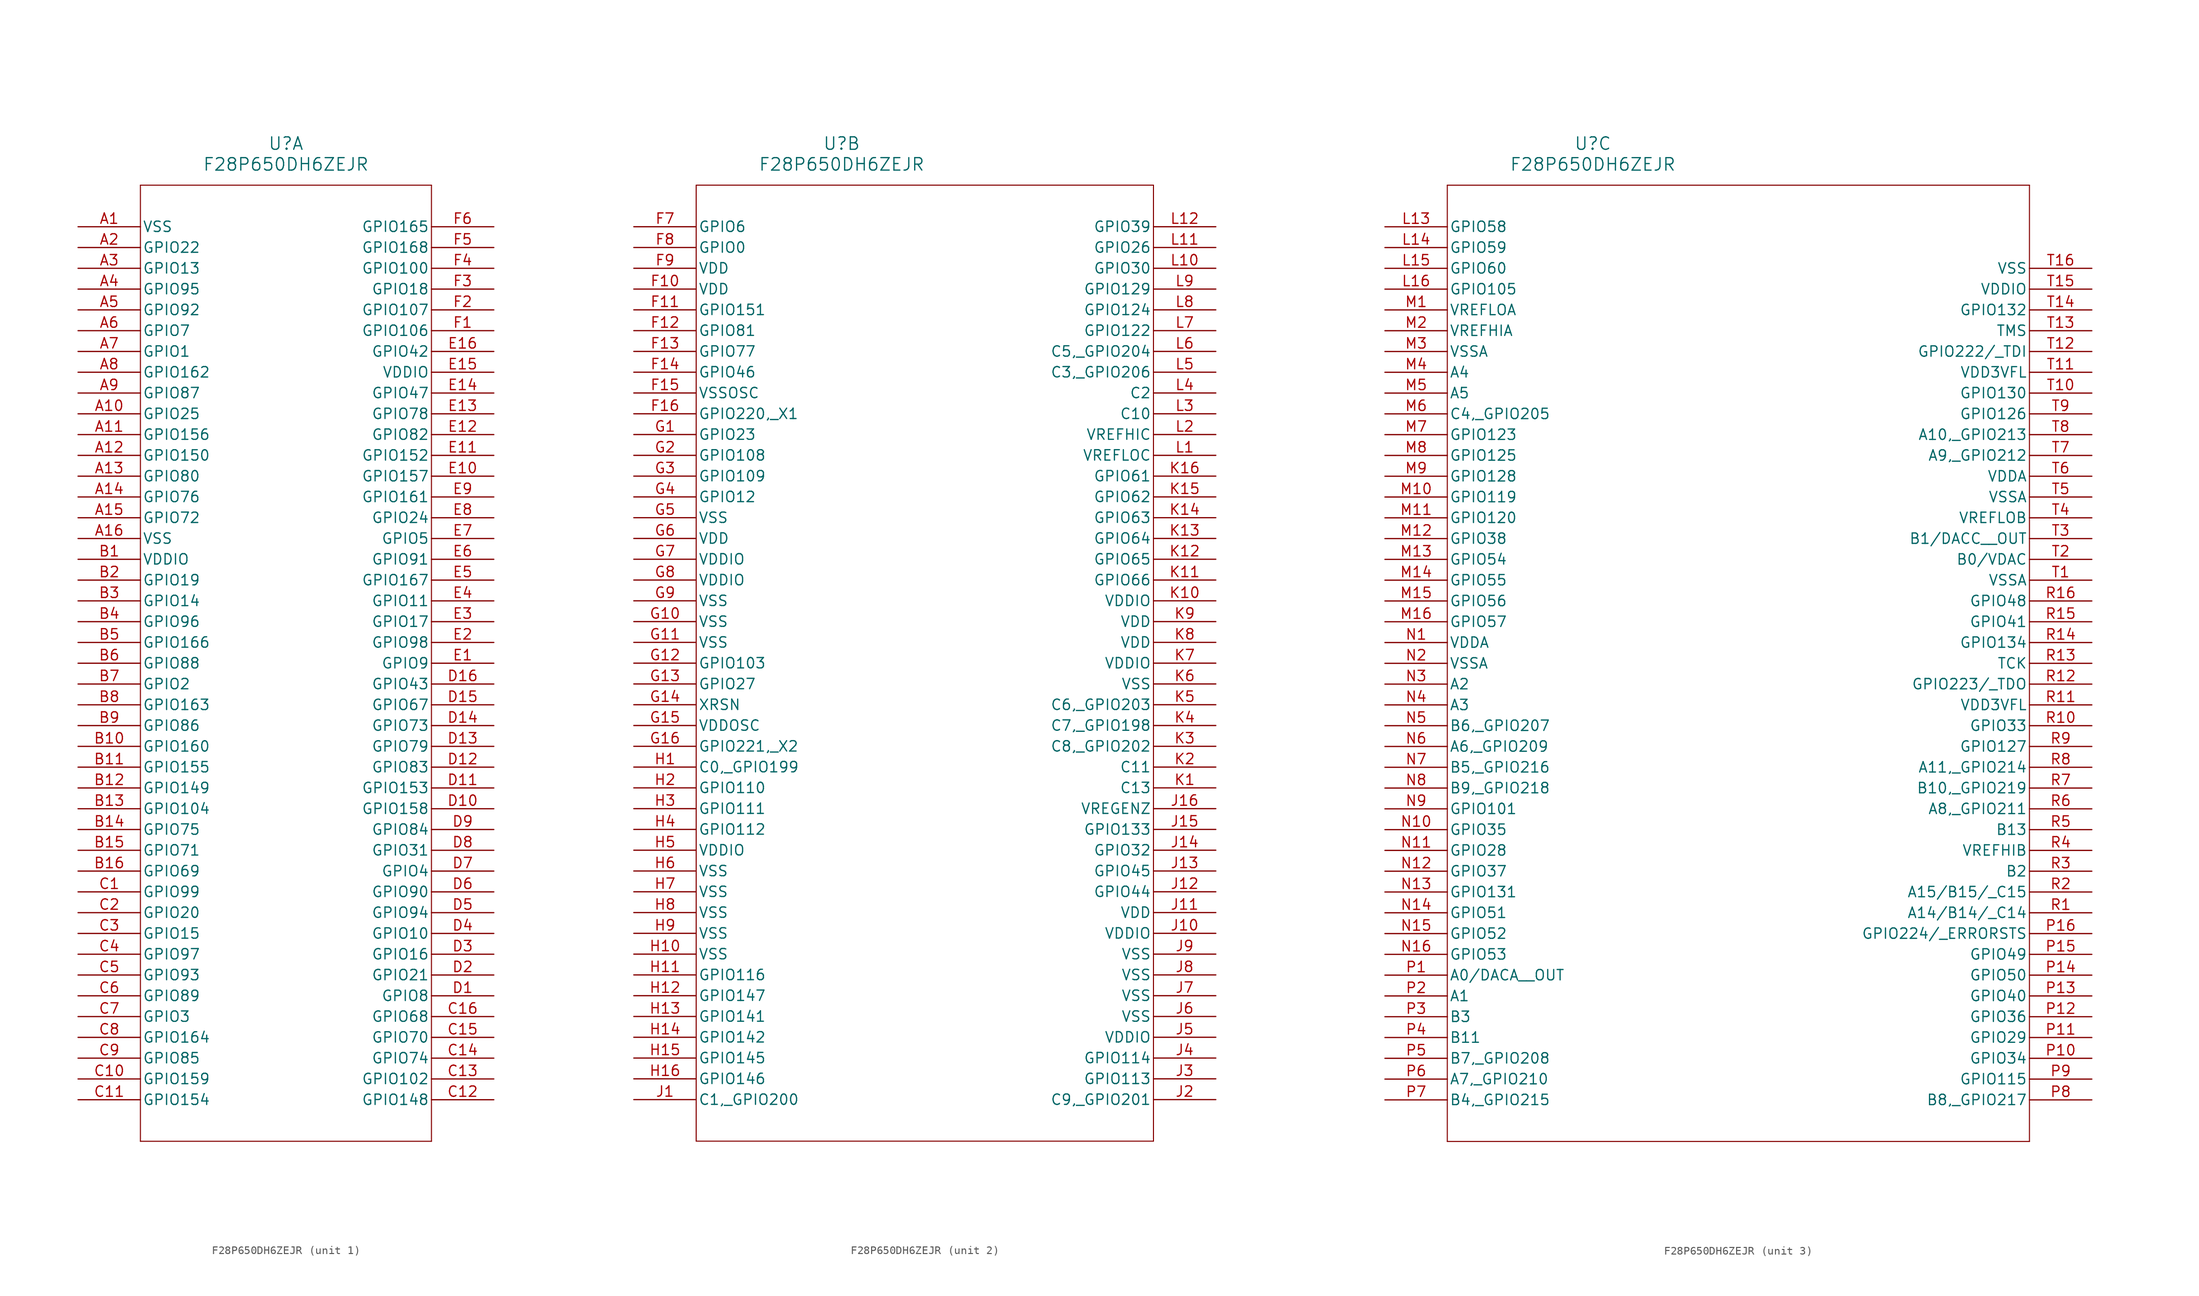
<source format=kicad_sym>
(kicad_symbol_lib
  (version 20241209)
  (generator "kicad_symbol_editor")
  (generator_version "9.0")
  (symbol "F28P650DH6ZEJR"
    (pin_names
      (offset 0.254))
    (property "Reference" "U"
      (at 25.4 10.16 0)
      (effects (font (size 1.524 1.524))))
    (property "Value" "F28P650DH6ZEJR"
      (at 25.4 7.62 0)
      (effects (font (size 1.524 1.524))))
    (property "ki_locked" ""
      (at 0 0 0)
      (effects (font (size 1.27 1.27))))
    (symbol "F28P650DH6ZEJR_1_1"
      (polyline (pts (xy 7.62 5.08) (xy 7.62 -111.76)) (stroke (width 0.127) (type default)) (fill (type none)))
      (polyline (pts (xy 7.62 -111.76) (xy 43.18 -111.76)) (stroke (width 0.127) (type default)) (fill (type none)))
      (polyline (pts (xy 43.18 5.08) (xy 7.62 5.08)) (stroke (width 0.127) (type default)) (fill (type none)))
      (polyline (pts (xy 43.18 -111.76) (xy 43.18 5.08)) (stroke (width 0.127) (type default)) (fill (type none)))
      (pin power_out line (at 0 0 0) (length 7.62) (name "VSS" (effects (font (size 1.27 1.27)))) (number "A1" (effects (font (size 1.27 1.27)))))
      (pin bidirectional line (at 0 -2.54 0) (length 7.62) (name "GPIO22" (effects (font (size 1.27 1.27)))) (number "A2" (effects (font (size 1.27 1.27)))))
      (pin bidirectional line (at 0 -5.08 0) (length 7.62) (name "GPIO13" (effects (font (size 1.27 1.27)))) (number "A3" (effects (font (size 1.27 1.27)))))
      (pin bidirectional line (at 0 -7.62 0) (length 7.62) (name "GPIO95" (effects (font (size 1.27 1.27)))) (number "A4" (effects (font (size 1.27 1.27)))))
      (pin bidirectional line (at 0 -10.16 0) (length 7.62) (name "GPIO92" (effects (font (size 1.27 1.27)))) (number "A5" (effects (font (size 1.27 1.27)))))
      (pin bidirectional line (at 0 -12.7 0) (length 7.62) (name "GPIO7" (effects (font (size 1.27 1.27)))) (number "A6" (effects (font (size 1.27 1.27)))))
      (pin bidirectional line (at 0 -15.24 0) (length 7.62) (name "GPIO1" (effects (font (size 1.27 1.27)))) (number "A7" (effects (font (size 1.27 1.27)))))
      (pin bidirectional line (at 0 -17.78 0) (length 7.62) (name "GPIO162" (effects (font (size 1.27 1.27)))) (number "A8" (effects (font (size 1.27 1.27)))))
      (pin bidirectional line (at 0 -20.32 0) (length 7.62) (name "GPIO87" (effects (font (size 1.27 1.27)))) (number "A9" (effects (font (size 1.27 1.27)))))
      (pin bidirectional line (at 0 -22.86 0) (length 7.62) (name "GPIO25" (effects (font (size 1.27 1.27)))) (number "A10" (effects (font (size 1.27 1.27)))))
      (pin bidirectional line (at 0 -25.4 0) (length 7.62) (name "GPIO156" (effects (font (size 1.27 1.27)))) (number "A11" (effects (font (size 1.27 1.27)))))
      (pin bidirectional line (at 0 -27.94 0) (length 7.62) (name "GPIO150" (effects (font (size 1.27 1.27)))) (number "A12" (effects (font (size 1.27 1.27)))))
      (pin bidirectional line (at 0 -30.48 0) (length 7.62) (name "GPIO80" (effects (font (size 1.27 1.27)))) (number "A13" (effects (font (size 1.27 1.27)))))
      (pin bidirectional line (at 0 -33.02 0) (length 7.62) (name "GPIO76" (effects (font (size 1.27 1.27)))) (number "A14" (effects (font (size 1.27 1.27)))))
      (pin bidirectional line (at 0 -35.56 0) (length 7.62) (name "GPIO72" (effects (font (size 1.27 1.27)))) (number "A15" (effects (font (size 1.27 1.27)))))
      (pin power_out line (at 0 -38.1 0) (length 7.62) (name "VSS" (effects (font (size 1.27 1.27)))) (number "A16" (effects (font (size 1.27 1.27)))))
      (pin power_in line (at 0 -40.64 0) (length 7.62) (name "VDDIO" (effects (font (size 1.27 1.27)))) (number "B1" (effects (font (size 1.27 1.27)))))
      (pin bidirectional line (at 0 -43.18 0) (length 7.62) (name "GPIO19" (effects (font (size 1.27 1.27)))) (number "B2" (effects (font (size 1.27 1.27)))))
      (pin bidirectional line (at 0 -45.72 0) (length 7.62) (name "GPIO14" (effects (font (size 1.27 1.27)))) (number "B3" (effects (font (size 1.27 1.27)))))
      (pin bidirectional line (at 0 -48.26 0) (length 7.62) (name "GPIO96" (effects (font (size 1.27 1.27)))) (number "B4" (effects (font (size 1.27 1.27)))))
      (pin bidirectional line (at 0 -50.8 0) (length 7.62) (name "GPIO166" (effects (font (size 1.27 1.27)))) (number "B5" (effects (font (size 1.27 1.27)))))
      (pin bidirectional line (at 0 -53.34 0) (length 7.62) (name "GPIO88" (effects (font (size 1.27 1.27)))) (number "B6" (effects (font (size 1.27 1.27)))))
      (pin bidirectional line (at 0 -55.88 0) (length 7.62) (name "GPIO2" (effects (font (size 1.27 1.27)))) (number "B7" (effects (font (size 1.27 1.27)))))
      (pin bidirectional line (at 0 -58.42 0) (length 7.62) (name "GPIO163" (effects (font (size 1.27 1.27)))) (number "B8" (effects (font (size 1.27 1.27)))))
      (pin bidirectional line (at 0 -60.96 0) (length 7.62) (name "GPIO86" (effects (font (size 1.27 1.27)))) (number "B9" (effects (font (size 1.27 1.27)))))
      (pin bidirectional line (at 0 -63.5 0) (length 7.62) (name "GPIO160" (effects (font (size 1.27 1.27)))) (number "B10" (effects (font (size 1.27 1.27)))))
      (pin bidirectional line (at 0 -66.04 0) (length 7.62) (name "GPIO155" (effects (font (size 1.27 1.27)))) (number "B11" (effects (font (size 1.27 1.27)))))
      (pin bidirectional line (at 0 -68.58 0) (length 7.62) (name "GPIO149" (effects (font (size 1.27 1.27)))) (number "B12" (effects (font (size 1.27 1.27)))))
      (pin bidirectional line (at 0 -71.12 0) (length 7.62) (name "GPIO104" (effects (font (size 1.27 1.27)))) (number "B13" (effects (font (size 1.27 1.27)))))
      (pin bidirectional line (at 0 -73.66 0) (length 7.62) (name "GPIO75" (effects (font (size 1.27 1.27)))) (number "B14" (effects (font (size 1.27 1.27)))))
      (pin bidirectional line (at 0 -76.2 0) (length 7.62) (name "GPIO71" (effects (font (size 1.27 1.27)))) (number "B15" (effects (font (size 1.27 1.27)))))
      (pin bidirectional line (at 0 -78.74 0) (length 7.62) (name "GPIO69" (effects (font (size 1.27 1.27)))) (number "B16" (effects (font (size 1.27 1.27)))))
      (pin bidirectional line (at 0 -81.28 0) (length 7.62) (name "GPIO99" (effects (font (size 1.27 1.27)))) (number "C1" (effects (font (size 1.27 1.27)))))
      (pin bidirectional line (at 0 -83.82 0) (length 7.62) (name "GPIO20" (effects (font (size 1.27 1.27)))) (number "C2" (effects (font (size 1.27 1.27)))))
      (pin bidirectional line (at 0 -86.36 0) (length 7.62) (name "GPIO15" (effects (font (size 1.27 1.27)))) (number "C3" (effects (font (size 1.27 1.27)))))
      (pin bidirectional line (at 0 -88.9 0) (length 7.62) (name "GPIO97" (effects (font (size 1.27 1.27)))) (number "C4" (effects (font (size 1.27 1.27)))))
      (pin bidirectional line (at 0 -91.44 0) (length 7.62) (name "GPIO93" (effects (font (size 1.27 1.27)))) (number "C5" (effects (font (size 1.27 1.27)))))
      (pin bidirectional line (at 0 -93.98 0) (length 7.62) (name "GPIO89" (effects (font (size 1.27 1.27)))) (number "C6" (effects (font (size 1.27 1.27)))))
      (pin bidirectional line (at 0 -96.52 0) (length 7.62) (name "GPIO3" (effects (font (size 1.27 1.27)))) (number "C7" (effects (font (size 1.27 1.27)))))
      (pin bidirectional line (at 0 -99.06 0) (length 7.62) (name "GPIO164" (effects (font (size 1.27 1.27)))) (number "C8" (effects (font (size 1.27 1.27)))))
      (pin bidirectional line (at 0 -101.6 0) (length 7.62) (name "GPIO85" (effects (font (size 1.27 1.27)))) (number "C9" (effects (font (size 1.27 1.27)))))
      (pin bidirectional line (at 0 -104.14 0) (length 7.62) (name "GPIO159" (effects (font (size 1.27 1.27)))) (number "C10" (effects (font (size 1.27 1.27)))))
      (pin bidirectional line (at 0 -106.68 0) (length 7.62) (name "GPIO154" (effects (font (size 1.27 1.27)))) (number "C11" (effects (font (size 1.27 1.27)))))
      (pin bidirectional line (at 50.8 0 180) (length 7.62) (name "GPIO165" (effects (font (size 1.27 1.27)))) (number "F6" (effects (font (size 1.27 1.27)))))
      (pin bidirectional line (at 50.8 -2.54 180) (length 7.62) (name "GPIO168" (effects (font (size 1.27 1.27)))) (number "F5" (effects (font (size 1.27 1.27)))))
      (pin bidirectional line (at 50.8 -5.08 180) (length 7.62) (name "GPIO100" (effects (font (size 1.27 1.27)))) (number "F4" (effects (font (size 1.27 1.27)))))
      (pin bidirectional line (at 50.8 -7.62 180) (length 7.62) (name "GPIO18" (effects (font (size 1.27 1.27)))) (number "F3" (effects (font (size 1.27 1.27)))))
      (pin bidirectional line (at 50.8 -10.16 180) (length 7.62) (name "GPIO107" (effects (font (size 1.27 1.27)))) (number "F2" (effects (font (size 1.27 1.27)))))
      (pin bidirectional line (at 50.8 -12.7 180) (length 7.62) (name "GPIO106" (effects (font (size 1.27 1.27)))) (number "F1" (effects (font (size 1.27 1.27)))))
      (pin bidirectional line (at 50.8 -15.24 180) (length 7.62) (name "GPIO42" (effects (font (size 1.27 1.27)))) (number "E16" (effects (font (size 1.27 1.27)))))
      (pin power_in line (at 50.8 -17.78 180) (length 7.62) (name "VDDIO" (effects (font (size 1.27 1.27)))) (number "E15" (effects (font (size 1.27 1.27)))))
      (pin bidirectional line (at 50.8 -20.32 180) (length 7.62) (name "GPIO47" (effects (font (size 1.27 1.27)))) (number "E14" (effects (font (size 1.27 1.27)))))
      (pin bidirectional line (at 50.8 -22.86 180) (length 7.62) (name "GPIO78" (effects (font (size 1.27 1.27)))) (number "E13" (effects (font (size 1.27 1.27)))))
      (pin bidirectional line (at 50.8 -25.4 180) (length 7.62) (name "GPIO82" (effects (font (size 1.27 1.27)))) (number "E12" (effects (font (size 1.27 1.27)))))
      (pin bidirectional line (at 50.8 -27.94 180) (length 7.62) (name "GPIO152" (effects (font (size 1.27 1.27)))) (number "E11" (effects (font (size 1.27 1.27)))))
      (pin bidirectional line (at 50.8 -30.48 180) (length 7.62) (name "GPIO157" (effects (font (size 1.27 1.27)))) (number "E10" (effects (font (size 1.27 1.27)))))
      (pin bidirectional line (at 50.8 -33.02 180) (length 7.62) (name "GPIO161" (effects (font (size 1.27 1.27)))) (number "E9" (effects (font (size 1.27 1.27)))))
      (pin bidirectional line (at 50.8 -35.56 180) (length 7.62) (name "GPIO24" (effects (font (size 1.27 1.27)))) (number "E8" (effects (font (size 1.27 1.27)))))
      (pin bidirectional line (at 50.8 -38.1 180) (length 7.62) (name "GPIO5" (effects (font (size 1.27 1.27)))) (number "E7" (effects (font (size 1.27 1.27)))))
      (pin bidirectional line (at 50.8 -40.64 180) (length 7.62) (name "GPIO91" (effects (font (size 1.27 1.27)))) (number "E6" (effects (font (size 1.27 1.27)))))
      (pin bidirectional line (at 50.8 -43.18 180) (length 7.62) (name "GPIO167" (effects (font (size 1.27 1.27)))) (number "E5" (effects (font (size 1.27 1.27)))))
      (pin bidirectional line (at 50.8 -45.72 180) (length 7.62) (name "GPIO11" (effects (font (size 1.27 1.27)))) (number "E4" (effects (font (size 1.27 1.27)))))
      (pin bidirectional line (at 50.8 -48.26 180) (length 7.62) (name "GPIO17" (effects (font (size 1.27 1.27)))) (number "E3" (effects (font (size 1.27 1.27)))))
      (pin bidirectional line (at 50.8 -50.8 180) (length 7.62) (name "GPIO98" (effects (font (size 1.27 1.27)))) (number "E2" (effects (font (size 1.27 1.27)))))
      (pin bidirectional line (at 50.8 -53.34 180) (length 7.62) (name "GPIO9" (effects (font (size 1.27 1.27)))) (number "E1" (effects (font (size 1.27 1.27)))))
      (pin bidirectional line (at 50.8 -55.88 180) (length 7.62) (name "GPIO43" (effects (font (size 1.27 1.27)))) (number "D16" (effects (font (size 1.27 1.27)))))
      (pin bidirectional line (at 50.8 -58.42 180) (length 7.62) (name "GPIO67" (effects (font (size 1.27 1.27)))) (number "D15" (effects (font (size 1.27 1.27)))))
      (pin bidirectional line (at 50.8 -60.96 180) (length 7.62) (name "GPIO73" (effects (font (size 1.27 1.27)))) (number "D14" (effects (font (size 1.27 1.27)))))
      (pin bidirectional line (at 50.8 -63.5 180) (length 7.62) (name "GPIO79" (effects (font (size 1.27 1.27)))) (number "D13" (effects (font (size 1.27 1.27)))))
      (pin bidirectional line (at 50.8 -66.04 180) (length 7.62) (name "GPIO83" (effects (font (size 1.27 1.27)))) (number "D12" (effects (font (size 1.27 1.27)))))
      (pin bidirectional line (at 50.8 -68.58 180) (length 7.62) (name "GPIO153" (effects (font (size 1.27 1.27)))) (number "D11" (effects (font (size 1.27 1.27)))))
      (pin bidirectional line (at 50.8 -71.12 180) (length 7.62) (name "GPIO158" (effects (font (size 1.27 1.27)))) (number "D10" (effects (font (size 1.27 1.27)))))
      (pin bidirectional line (at 50.8 -73.66 180) (length 7.62) (name "GPIO84" (effects (font (size 1.27 1.27)))) (number "D9" (effects (font (size 1.27 1.27)))))
      (pin bidirectional line (at 50.8 -76.2 180) (length 7.62) (name "GPIO31" (effects (font (size 1.27 1.27)))) (number "D8" (effects (font (size 1.27 1.27)))))
      (pin bidirectional line (at 50.8 -78.74 180) (length 7.62) (name "GPIO4" (effects (font (size 1.27 1.27)))) (number "D7" (effects (font (size 1.27 1.27)))))
      (pin bidirectional line (at 50.8 -81.28 180) (length 7.62) (name "GPIO90" (effects (font (size 1.27 1.27)))) (number "D6" (effects (font (size 1.27 1.27)))))
      (pin bidirectional line (at 50.8 -83.82 180) (length 7.62) (name "GPIO94" (effects (font (size 1.27 1.27)))) (number "D5" (effects (font (size 1.27 1.27)))))
      (pin bidirectional line (at 50.8 -86.36 180) (length 7.62) (name "GPIO10" (effects (font (size 1.27 1.27)))) (number "D4" (effects (font (size 1.27 1.27)))))
      (pin bidirectional line (at 50.8 -88.9 180) (length 7.62) (name "GPIO16" (effects (font (size 1.27 1.27)))) (number "D3" (effects (font (size 1.27 1.27)))))
      (pin bidirectional line (at 50.8 -91.44 180) (length 7.62) (name "GPIO21" (effects (font (size 1.27 1.27)))) (number "D2" (effects (font (size 1.27 1.27)))))
      (pin bidirectional line (at 50.8 -93.98 180) (length 7.62) (name "GPIO8" (effects (font (size 1.27 1.27)))) (number "D1" (effects (font (size 1.27 1.27)))))
      (pin bidirectional line (at 50.8 -96.52 180) (length 7.62) (name "GPIO68" (effects (font (size 1.27 1.27)))) (number "C16" (effects (font (size 1.27 1.27)))))
      (pin bidirectional line (at 50.8 -99.06 180) (length 7.62) (name "GPIO70" (effects (font (size 1.27 1.27)))) (number "C15" (effects (font (size 1.27 1.27)))))
      (pin bidirectional line (at 50.8 -101.6 180) (length 7.62) (name "GPIO74" (effects (font (size 1.27 1.27)))) (number "C14" (effects (font (size 1.27 1.27)))))
      (pin bidirectional line (at 50.8 -104.14 180) (length 7.62) (name "GPIO102" (effects (font (size 1.27 1.27)))) (number "C13" (effects (font (size 1.27 1.27)))))
      (pin bidirectional line (at 50.8 -106.68 180) (length 7.62) (name "GPIO148" (effects (font (size 1.27 1.27)))) (number "C12" (effects (font (size 1.27 1.27))))))
    (symbol "F28P650DH6ZEJR_2_1"
      (polyline (pts (xy 7.62 5.08) (xy 7.62 -111.76)) (stroke (width 0.127) (type default)) (fill (type none)))
      (polyline (pts (xy 7.62 -111.76) (xy 63.5 -111.76)) (stroke (width 0.127) (type default)) (fill (type none)))
      (polyline (pts (xy 63.5 5.08) (xy 7.62 5.08)) (stroke (width 0.127) (type default)) (fill (type none)))
      (polyline (pts (xy 63.5 -111.76) (xy 63.5 5.08)) (stroke (width 0.127) (type default)) (fill (type none)))
      (pin bidirectional line (at 0 0 0) (length 7.62) (name "GPIO6" (effects (font (size 1.27 1.27)))) (number "F7" (effects (font (size 1.27 1.27)))))
      (pin bidirectional line (at 0 -2.54 0) (length 7.62) (name "GPIO0" (effects (font (size 1.27 1.27)))) (number "F8" (effects (font (size 1.27 1.27)))))
      (pin power_in line (at 0 -5.08 0) (length 7.62) (name "VDD" (effects (font (size 1.27 1.27)))) (number "F9" (effects (font (size 1.27 1.27)))))
      (pin power_in line (at 0 -7.62 0) (length 7.62) (name "VDD" (effects (font (size 1.27 1.27)))) (number "F10" (effects (font (size 1.27 1.27)))))
      (pin bidirectional line (at 0 -10.16 0) (length 7.62) (name "GPIO151" (effects (font (size 1.27 1.27)))) (number "F11" (effects (font (size 1.27 1.27)))))
      (pin bidirectional line (at 0 -12.7 0) (length 7.62) (name "GPIO81" (effects (font (size 1.27 1.27)))) (number "F12" (effects (font (size 1.27 1.27)))))
      (pin bidirectional line (at 0 -15.24 0) (length 7.62) (name "GPIO77" (effects (font (size 1.27 1.27)))) (number "F13" (effects (font (size 1.27 1.27)))))
      (pin bidirectional line (at 0 -17.78 0) (length 7.62) (name "GPIO46" (effects (font (size 1.27 1.27)))) (number "F14" (effects (font (size 1.27 1.27)))))
      (pin power_out line (at 0 -20.32 0) (length 7.62) (name "VSSOSC" (effects (font (size 1.27 1.27)))) (number "F15" (effects (font (size 1.27 1.27)))))
      (pin bidirectional line (at 0 -22.86 0) (length 7.62) (name "GPIO220,_X1" (effects (font (size 1.27 1.27)))) (number "F16" (effects (font (size 1.27 1.27)))))
      (pin bidirectional line (at 0 -25.4 0) (length 7.62) (name "GPIO23" (effects (font (size 1.27 1.27)))) (number "G1" (effects (font (size 1.27 1.27)))))
      (pin bidirectional line (at 0 -27.94 0) (length 7.62) (name "GPIO108" (effects (font (size 1.27 1.27)))) (number "G2" (effects (font (size 1.27 1.27)))))
      (pin bidirectional line (at 0 -30.48 0) (length 7.62) (name "GPIO109" (effects (font (size 1.27 1.27)))) (number "G3" (effects (font (size 1.27 1.27)))))
      (pin bidirectional line (at 0 -33.02 0) (length 7.62) (name "GPIO12" (effects (font (size 1.27 1.27)))) (number "G4" (effects (font (size 1.27 1.27)))))
      (pin power_out line (at 0 -35.56 0) (length 7.62) (name "VSS" (effects (font (size 1.27 1.27)))) (number "G5" (effects (font (size 1.27 1.27)))))
      (pin power_in line (at 0 -38.1 0) (length 7.62) (name "VDD" (effects (font (size 1.27 1.27)))) (number "G6" (effects (font (size 1.27 1.27)))))
      (pin power_in line (at 0 -40.64 0) (length 7.62) (name "VDDIO" (effects (font (size 1.27 1.27)))) (number "G7" (effects (font (size 1.27 1.27)))))
      (pin power_in line (at 0 -43.18 0) (length 7.62) (name "VDDIO" (effects (font (size 1.27 1.27)))) (number "G8" (effects (font (size 1.27 1.27)))))
      (pin power_out line (at 0 -45.72 0) (length 7.62) (name "VSS" (effects (font (size 1.27 1.27)))) (number "G9" (effects (font (size 1.27 1.27)))))
      (pin power_out line (at 0 -48.26 0) (length 7.62) (name "VSS" (effects (font (size 1.27 1.27)))) (number "G10" (effects (font (size 1.27 1.27)))))
      (pin power_out line (at 0 -50.8 0) (length 7.62) (name "VSS" (effects (font (size 1.27 1.27)))) (number "G11" (effects (font (size 1.27 1.27)))))
      (pin bidirectional line (at 0 -53.34 0) (length 7.62) (name "GPIO103" (effects (font (size 1.27 1.27)))) (number "G12" (effects (font (size 1.27 1.27)))))
      (pin bidirectional line (at 0 -55.88 0) (length 7.62) (name "GPIO27" (effects (font (size 1.27 1.27)))) (number "G13" (effects (font (size 1.27 1.27)))))
      (pin unspecified line (at 0 -58.42 0) (length 7.62) (name "XRSN" (effects (font (size 1.27 1.27)))) (number "G14" (effects (font (size 1.27 1.27)))))
      (pin power_in line (at 0 -60.96 0) (length 7.62) (name "VDDOSC" (effects (font (size 1.27 1.27)))) (number "G15" (effects (font (size 1.27 1.27)))))
      (pin bidirectional line (at 0 -63.5 0) (length 7.62) (name "GPIO221,_X2" (effects (font (size 1.27 1.27)))) (number "G16" (effects (font (size 1.27 1.27)))))
      (pin bidirectional line (at 0 -66.04 0) (length 7.62) (name "C0,_GPIO199" (effects (font (size 1.27 1.27)))) (number "H1" (effects (font (size 1.27 1.27)))))
      (pin bidirectional line (at 0 -68.58 0) (length 7.62) (name "GPIO110" (effects (font (size 1.27 1.27)))) (number "H2" (effects (font (size 1.27 1.27)))))
      (pin bidirectional line (at 0 -71.12 0) (length 7.62) (name "GPIO111" (effects (font (size 1.27 1.27)))) (number "H3" (effects (font (size 1.27 1.27)))))
      (pin bidirectional line (at 0 -73.66 0) (length 7.62) (name "GPIO112" (effects (font (size 1.27 1.27)))) (number "H4" (effects (font (size 1.27 1.27)))))
      (pin power_in line (at 0 -76.2 0) (length 7.62) (name "VDDIO" (effects (font (size 1.27 1.27)))) (number "H5" (effects (font (size 1.27 1.27)))))
      (pin power_out line (at 0 -78.74 0) (length 7.62) (name "VSS" (effects (font (size 1.27 1.27)))) (number "H6" (effects (font (size 1.27 1.27)))))
      (pin power_out line (at 0 -81.28 0) (length 7.62) (name "VSS" (effects (font (size 1.27 1.27)))) (number "H7" (effects (font (size 1.27 1.27)))))
      (pin power_out line (at 0 -83.82 0) (length 7.62) (name "VSS" (effects (font (size 1.27 1.27)))) (number "H8" (effects (font (size 1.27 1.27)))))
      (pin power_out line (at 0 -86.36 0) (length 7.62) (name "VSS" (effects (font (size 1.27 1.27)))) (number "H9" (effects (font (size 1.27 1.27)))))
      (pin power_out line (at 0 -88.9 0) (length 7.62) (name "VSS" (effects (font (size 1.27 1.27)))) (number "H10" (effects (font (size 1.27 1.27)))))
      (pin bidirectional line (at 0 -91.44 0) (length 7.62) (name "GPIO116" (effects (font (size 1.27 1.27)))) (number "H11" (effects (font (size 1.27 1.27)))))
      (pin bidirectional line (at 0 -93.98 0) (length 7.62) (name "GPIO147" (effects (font (size 1.27 1.27)))) (number "H12" (effects (font (size 1.27 1.27)))))
      (pin bidirectional line (at 0 -96.52 0) (length 7.62) (name "GPIO141" (effects (font (size 1.27 1.27)))) (number "H13" (effects (font (size 1.27 1.27)))))
      (pin bidirectional line (at 0 -99.06 0) (length 7.62) (name "GPIO142" (effects (font (size 1.27 1.27)))) (number "H14" (effects (font (size 1.27 1.27)))))
      (pin bidirectional line (at 0 -101.6 0) (length 7.62) (name "GPIO145" (effects (font (size 1.27 1.27)))) (number "H15" (effects (font (size 1.27 1.27)))))
      (pin bidirectional line (at 0 -104.14 0) (length 7.62) (name "GPIO146" (effects (font (size 1.27 1.27)))) (number "H16" (effects (font (size 1.27 1.27)))))
      (pin bidirectional line (at 0 -106.68 0) (length 7.62) (name "C1,_GPIO200" (effects (font (size 1.27 1.27)))) (number "J1" (effects (font (size 1.27 1.27)))))
      (pin bidirectional line (at 71.12 0 180) (length 7.62) (name "GPIO39" (effects (font (size 1.27 1.27)))) (number "L12" (effects (font (size 1.27 1.27)))))
      (pin bidirectional line (at 71.12 -2.54 180) (length 7.62) (name "GPIO26" (effects (font (size 1.27 1.27)))) (number "L11" (effects (font (size 1.27 1.27)))))
      (pin bidirectional line (at 71.12 -5.08 180) (length 7.62) (name "GPIO30" (effects (font (size 1.27 1.27)))) (number "L10" (effects (font (size 1.27 1.27)))))
      (pin bidirectional line (at 71.12 -7.62 180) (length 7.62) (name "GPIO129" (effects (font (size 1.27 1.27)))) (number "L9" (effects (font (size 1.27 1.27)))))
      (pin bidirectional line (at 71.12 -10.16 180) (length 7.62) (name "GPIO124" (effects (font (size 1.27 1.27)))) (number "L8" (effects (font (size 1.27 1.27)))))
      (pin bidirectional line (at 71.12 -12.7 180) (length 7.62) (name "GPIO122" (effects (font (size 1.27 1.27)))) (number "L7" (effects (font (size 1.27 1.27)))))
      (pin bidirectional line (at 71.12 -15.24 180) (length 7.62) (name "C5,_GPIO204" (effects (font (size 1.27 1.27)))) (number "L6" (effects (font (size 1.27 1.27)))))
      (pin bidirectional line (at 71.12 -17.78 180) (length 7.62) (name "C3,_GPIO206" (effects (font (size 1.27 1.27)))) (number "L5" (effects (font (size 1.27 1.27)))))
      (pin bidirectional line (at 71.12 -20.32 180) (length 7.62) (name "C2" (effects (font (size 1.27 1.27)))) (number "L4" (effects (font (size 1.27 1.27)))))
      (pin bidirectional line (at 71.12 -22.86 180) (length 7.62) (name "C10" (effects (font (size 1.27 1.27)))) (number "L3" (effects (font (size 1.27 1.27)))))
      (pin power_in line (at 71.12 -25.4 180) (length 7.62) (name "VREFHIC" (effects (font (size 1.27 1.27)))) (number "L2" (effects (font (size 1.27 1.27)))))
      (pin power_in line (at 71.12 -27.94 180) (length 7.62) (name "VREFLOC" (effects (font (size 1.27 1.27)))) (number "L1" (effects (font (size 1.27 1.27)))))
      (pin bidirectional line (at 71.12 -30.48 180) (length 7.62) (name "GPIO61" (effects (font (size 1.27 1.27)))) (number "K16" (effects (font (size 1.27 1.27)))))
      (pin bidirectional line (at 71.12 -33.02 180) (length 7.62) (name "GPIO62" (effects (font (size 1.27 1.27)))) (number "K15" (effects (font (size 1.27 1.27)))))
      (pin bidirectional line (at 71.12 -35.56 180) (length 7.62) (name "GPIO63" (effects (font (size 1.27 1.27)))) (number "K14" (effects (font (size 1.27 1.27)))))
      (pin bidirectional line (at 71.12 -38.1 180) (length 7.62) (name "GPIO64" (effects (font (size 1.27 1.27)))) (number "K13" (effects (font (size 1.27 1.27)))))
      (pin bidirectional line (at 71.12 -40.64 180) (length 7.62) (name "GPIO65" (effects (font (size 1.27 1.27)))) (number "K12" (effects (font (size 1.27 1.27)))))
      (pin bidirectional line (at 71.12 -43.18 180) (length 7.62) (name "GPIO66" (effects (font (size 1.27 1.27)))) (number "K11" (effects (font (size 1.27 1.27)))))
      (pin power_in line (at 71.12 -45.72 180) (length 7.62) (name "VDDIO" (effects (font (size 1.27 1.27)))) (number "K10" (effects (font (size 1.27 1.27)))))
      (pin power_in line (at 71.12 -48.26 180) (length 7.62) (name "VDD" (effects (font (size 1.27 1.27)))) (number "K9" (effects (font (size 1.27 1.27)))))
      (pin power_in line (at 71.12 -50.8 180) (length 7.62) (name "VDD" (effects (font (size 1.27 1.27)))) (number "K8" (effects (font (size 1.27 1.27)))))
      (pin power_in line (at 71.12 -53.34 180) (length 7.62) (name "VDDIO" (effects (font (size 1.27 1.27)))) (number "K7" (effects (font (size 1.27 1.27)))))
      (pin power_out line (at 71.12 -55.88 180) (length 7.62) (name "VSS" (effects (font (size 1.27 1.27)))) (number "K6" (effects (font (size 1.27 1.27)))))
      (pin bidirectional line (at 71.12 -58.42 180) (length 7.62) (name "C6,_GPIO203" (effects (font (size 1.27 1.27)))) (number "K5" (effects (font (size 1.27 1.27)))))
      (pin bidirectional line (at 71.12 -60.96 180) (length 7.62) (name "C7,_GPIO198" (effects (font (size 1.27 1.27)))) (number "K4" (effects (font (size 1.27 1.27)))))
      (pin bidirectional line (at 71.12 -63.5 180) (length 7.62) (name "C8,_GPIO202" (effects (font (size 1.27 1.27)))) (number "K3" (effects (font (size 1.27 1.27)))))
      (pin bidirectional line (at 71.12 -66.04 180) (length 7.62) (name "C11" (effects (font (size 1.27 1.27)))) (number "K2" (effects (font (size 1.27 1.27)))))
      (pin bidirectional line (at 71.12 -68.58 180) (length 7.62) (name "C13" (effects (font (size 1.27 1.27)))) (number "K1" (effects (font (size 1.27 1.27)))))
      (pin unspecified line (at 71.12 -71.12 180) (length 7.62) (name "VREGENZ" (effects (font (size 1.27 1.27)))) (number "J16" (effects (font (size 1.27 1.27)))))
      (pin bidirectional line (at 71.12 -73.66 180) (length 7.62) (name "GPIO133" (effects (font (size 1.27 1.27)))) (number "J15" (effects (font (size 1.27 1.27)))))
      (pin bidirectional line (at 71.12 -76.2 180) (length 7.62) (name "GPIO32" (effects (font (size 1.27 1.27)))) (number "J14" (effects (font (size 1.27 1.27)))))
      (pin bidirectional line (at 71.12 -78.74 180) (length 7.62) (name "GPIO45" (effects (font (size 1.27 1.27)))) (number "J13" (effects (font (size 1.27 1.27)))))
      (pin bidirectional line (at 71.12 -81.28 180) (length 7.62) (name "GPIO44" (effects (font (size 1.27 1.27)))) (number "J12" (effects (font (size 1.27 1.27)))))
      (pin power_in line (at 71.12 -83.82 180) (length 7.62) (name "VDD" (effects (font (size 1.27 1.27)))) (number "J11" (effects (font (size 1.27 1.27)))))
      (pin power_in line (at 71.12 -86.36 180) (length 7.62) (name "VDDIO" (effects (font (size 1.27 1.27)))) (number "J10" (effects (font (size 1.27 1.27)))))
      (pin power_out line (at 71.12 -88.9 180) (length 7.62) (name "VSS" (effects (font (size 1.27 1.27)))) (number "J9" (effects (font (size 1.27 1.27)))))
      (pin power_out line (at 71.12 -91.44 180) (length 7.62) (name "VSS" (effects (font (size 1.27 1.27)))) (number "J8" (effects (font (size 1.27 1.27)))))
      (pin power_out line (at 71.12 -93.98 180) (length 7.62) (name "VSS" (effects (font (size 1.27 1.27)))) (number "J7" (effects (font (size 1.27 1.27)))))
      (pin power_out line (at 71.12 -96.52 180) (length 7.62) (name "VSS" (effects (font (size 1.27 1.27)))) (number "J6" (effects (font (size 1.27 1.27)))))
      (pin power_in line (at 71.12 -99.06 180) (length 7.62) (name "VDDIO" (effects (font (size 1.27 1.27)))) (number "J5" (effects (font (size 1.27 1.27)))))
      (pin bidirectional line (at 71.12 -101.6 180) (length 7.62) (name "GPIO114" (effects (font (size 1.27 1.27)))) (number "J4" (effects (font (size 1.27 1.27)))))
      (pin bidirectional line (at 71.12 -104.14 180) (length 7.62) (name "GPIO113" (effects (font (size 1.27 1.27)))) (number "J3" (effects (font (size 1.27 1.27)))))
      (pin bidirectional line (at 71.12 -106.68 180) (length 7.62) (name "C9,_GPIO201" (effects (font (size 1.27 1.27)))) (number "J2" (effects (font (size 1.27 1.27))))))
    (symbol "F28P650DH6ZEJR_3_1"
      (polyline (pts (xy 7.62 5.08) (xy 7.62 -111.76)) (stroke (width 0.127) (type default)) (fill (type none)))
      (polyline (pts (xy 7.62 -111.76) (xy 78.74 -111.76)) (stroke (width 0.127) (type default)) (fill (type none)))
      (polyline (pts (xy 78.74 5.08) (xy 7.62 5.08)) (stroke (width 0.127) (type default)) (fill (type none)))
      (polyline (pts (xy 78.74 -111.76) (xy 78.74 5.08)) (stroke (width 0.127) (type default)) (fill (type none)))
      (pin bidirectional line (at 0 0 0) (length 7.62) (name "GPIO58" (effects (font (size 1.27 1.27)))) (number "L13" (effects (font (size 1.27 1.27)))))
      (pin bidirectional line (at 0 -2.54 0) (length 7.62) (name "GPIO59" (effects (font (size 1.27 1.27)))) (number "L14" (effects (font (size 1.27 1.27)))))
      (pin bidirectional line (at 0 -5.08 0) (length 7.62) (name "GPIO60" (effects (font (size 1.27 1.27)))) (number "L15" (effects (font (size 1.27 1.27)))))
      (pin bidirectional line (at 0 -7.62 0) (length 7.62) (name "GPIO105" (effects (font (size 1.27 1.27)))) (number "L16" (effects (font (size 1.27 1.27)))))
      (pin power_in line (at 0 -10.16 0) (length 7.62) (name "VREFLOA" (effects (font (size 1.27 1.27)))) (number "M1" (effects (font (size 1.27 1.27)))))
      (pin power_in line (at 0 -12.7 0) (length 7.62) (name "VREFHIA" (effects (font (size 1.27 1.27)))) (number "M2" (effects (font (size 1.27 1.27)))))
      (pin power_out line (at 0 -15.24 0) (length 7.62) (name "VSSA" (effects (font (size 1.27 1.27)))) (number "M3" (effects (font (size 1.27 1.27)))))
      (pin bidirectional line (at 0 -17.78 0) (length 7.62) (name "A4" (effects (font (size 1.27 1.27)))) (number "M4" (effects (font (size 1.27 1.27)))))
      (pin bidirectional line (at 0 -20.32 0) (length 7.62) (name "A5" (effects (font (size 1.27 1.27)))) (number "M5" (effects (font (size 1.27 1.27)))))
      (pin bidirectional line (at 0 -22.86 0) (length 7.62) (name "C4,_GPIO205" (effects (font (size 1.27 1.27)))) (number "M6" (effects (font (size 1.27 1.27)))))
      (pin bidirectional line (at 0 -25.4 0) (length 7.62) (name "GPIO123" (effects (font (size 1.27 1.27)))) (number "M7" (effects (font (size 1.27 1.27)))))
      (pin bidirectional line (at 0 -27.94 0) (length 7.62) (name "GPIO125" (effects (font (size 1.27 1.27)))) (number "M8" (effects (font (size 1.27 1.27)))))
      (pin bidirectional line (at 0 -30.48 0) (length 7.62) (name "GPIO128" (effects (font (size 1.27 1.27)))) (number "M9" (effects (font (size 1.27 1.27)))))
      (pin bidirectional line (at 0 -33.02 0) (length 7.62) (name "GPIO119" (effects (font (size 1.27 1.27)))) (number "M10" (effects (font (size 1.27 1.27)))))
      (pin bidirectional line (at 0 -35.56 0) (length 7.62) (name "GPIO120" (effects (font (size 1.27 1.27)))) (number "M11" (effects (font (size 1.27 1.27)))))
      (pin bidirectional line (at 0 -38.1 0) (length 7.62) (name "GPIO38" (effects (font (size 1.27 1.27)))) (number "M12" (effects (font (size 1.27 1.27)))))
      (pin bidirectional line (at 0 -40.64 0) (length 7.62) (name "GPIO54" (effects (font (size 1.27 1.27)))) (number "M13" (effects (font (size 1.27 1.27)))))
      (pin bidirectional line (at 0 -43.18 0) (length 7.62) (name "GPIO55" (effects (font (size 1.27 1.27)))) (number "M14" (effects (font (size 1.27 1.27)))))
      (pin bidirectional line (at 0 -45.72 0) (length 7.62) (name "GPIO56" (effects (font (size 1.27 1.27)))) (number "M15" (effects (font (size 1.27 1.27)))))
      (pin bidirectional line (at 0 -48.26 0) (length 7.62) (name "GPIO57" (effects (font (size 1.27 1.27)))) (number "M16" (effects (font (size 1.27 1.27)))))
      (pin power_in line (at 0 -50.8 0) (length 7.62) (name "VDDA" (effects (font (size 1.27 1.27)))) (number "N1" (effects (font (size 1.27 1.27)))))
      (pin power_out line (at 0 -53.34 0) (length 7.62) (name "VSSA" (effects (font (size 1.27 1.27)))) (number "N2" (effects (font (size 1.27 1.27)))))
      (pin bidirectional line (at 0 -55.88 0) (length 7.62) (name "A2" (effects (font (size 1.27 1.27)))) (number "N3" (effects (font (size 1.27 1.27)))))
      (pin bidirectional line (at 0 -58.42 0) (length 7.62) (name "A3" (effects (font (size 1.27 1.27)))) (number "N4" (effects (font (size 1.27 1.27)))))
      (pin bidirectional line (at 0 -60.96 0) (length 7.62) (name "B6,_GPIO207" (effects (font (size 1.27 1.27)))) (number "N5" (effects (font (size 1.27 1.27)))))
      (pin bidirectional line (at 0 -63.5 0) (length 7.62) (name "A6,_GPIO209" (effects (font (size 1.27 1.27)))) (number "N6" (effects (font (size 1.27 1.27)))))
      (pin bidirectional line (at 0 -66.04 0) (length 7.62) (name "B5,_GPIO216" (effects (font (size 1.27 1.27)))) (number "N7" (effects (font (size 1.27 1.27)))))
      (pin bidirectional line (at 0 -68.58 0) (length 7.62) (name "B9,_GPIO218" (effects (font (size 1.27 1.27)))) (number "N8" (effects (font (size 1.27 1.27)))))
      (pin bidirectional line (at 0 -71.12 0) (length 7.62) (name "GPIO101" (effects (font (size 1.27 1.27)))) (number "N9" (effects (font (size 1.27 1.27)))))
      (pin bidirectional line (at 0 -73.66 0) (length 7.62) (name "GPIO35" (effects (font (size 1.27 1.27)))) (number "N10" (effects (font (size 1.27 1.27)))))
      (pin bidirectional line (at 0 -76.2 0) (length 7.62) (name "GPIO28" (effects (font (size 1.27 1.27)))) (number "N11" (effects (font (size 1.27 1.27)))))
      (pin bidirectional line (at 0 -78.74 0) (length 7.62) (name "GPIO37" (effects (font (size 1.27 1.27)))) (number "N12" (effects (font (size 1.27 1.27)))))
      (pin bidirectional line (at 0 -81.28 0) (length 7.62) (name "GPIO131" (effects (font (size 1.27 1.27)))) (number "N13" (effects (font (size 1.27 1.27)))))
      (pin bidirectional line (at 0 -83.82 0) (length 7.62) (name "GPIO51" (effects (font (size 1.27 1.27)))) (number "N14" (effects (font (size 1.27 1.27)))))
      (pin bidirectional line (at 0 -86.36 0) (length 7.62) (name "GPIO52" (effects (font (size 1.27 1.27)))) (number "N15" (effects (font (size 1.27 1.27)))))
      (pin bidirectional line (at 0 -88.9 0) (length 7.62) (name "GPIO53" (effects (font (size 1.27 1.27)))) (number "N16" (effects (font (size 1.27 1.27)))))
      (pin output line (at 0 -91.44 0) (length 7.62) (name "A0/DACA__OUT" (effects (font (size 1.27 1.27)))) (number "P1" (effects (font (size 1.27 1.27)))))
      (pin bidirectional line (at 0 -93.98 0) (length 7.62) (name "A1" (effects (font (size 1.27 1.27)))) (number "P2" (effects (font (size 1.27 1.27)))))
      (pin bidirectional line (at 0 -96.52 0) (length 7.62) (name "B3" (effects (font (size 1.27 1.27)))) (number "P3" (effects (font (size 1.27 1.27)))))
      (pin bidirectional line (at 0 -99.06 0) (length 7.62) (name "B11" (effects (font (size 1.27 1.27)))) (number "P4" (effects (font (size 1.27 1.27)))))
      (pin bidirectional line (at 0 -101.6 0) (length 7.62) (name "B7,_GPIO208" (effects (font (size 1.27 1.27)))) (number "P5" (effects (font (size 1.27 1.27)))))
      (pin bidirectional line (at 0 -104.14 0) (length 7.62) (name "A7,_GPIO210" (effects (font (size 1.27 1.27)))) (number "P6" (effects (font (size 1.27 1.27)))))
      (pin bidirectional line (at 0 -106.68 0) (length 7.62) (name "B4,_GPIO215" (effects (font (size 1.27 1.27)))) (number "P7" (effects (font (size 1.27 1.27)))))
      (pin power_out line (at 86.36 -5.08 180) (length 7.62) (name "VSS" (effects (font (size 1.27 1.27)))) (number "T16" (effects (font (size 1.27 1.27)))))
      (pin power_in line (at 86.36 -7.62 180) (length 7.62) (name "VDDIO" (effects (font (size 1.27 1.27)))) (number "T15" (effects (font (size 1.27 1.27)))))
      (pin bidirectional line (at 86.36 -10.16 180) (length 7.62) (name "GPIO132" (effects (font (size 1.27 1.27)))) (number "T14" (effects (font (size 1.27 1.27)))))
      (pin unspecified line (at 86.36 -12.7 180) (length 7.62) (name "TMS" (effects (font (size 1.27 1.27)))) (number "T13" (effects (font (size 1.27 1.27)))))
      (pin bidirectional line (at 86.36 -15.24 180) (length 7.62) (name "GPIO222/_TDI" (effects (font (size 1.27 1.27)))) (number "T12" (effects (font (size 1.27 1.27)))))
      (pin power_in line (at 86.36 -17.78 180) (length 7.62) (name "VDD3VFL" (effects (font (size 1.27 1.27)))) (number "T11" (effects (font (size 1.27 1.27)))))
      (pin bidirectional line (at 86.36 -20.32 180) (length 7.62) (name "GPIO130" (effects (font (size 1.27 1.27)))) (number "T10" (effects (font (size 1.27 1.27)))))
      (pin bidirectional line (at 86.36 -22.86 180) (length 7.62) (name "GPIO126" (effects (font (size 1.27 1.27)))) (number "T9" (effects (font (size 1.27 1.27)))))
      (pin bidirectional line (at 86.36 -25.4 180) (length 7.62) (name "A10,_GPIO213" (effects (font (size 1.27 1.27)))) (number "T8" (effects (font (size 1.27 1.27)))))
      (pin bidirectional line (at 86.36 -27.94 180) (length 7.62) (name "A9,_GPIO212" (effects (font (size 1.27 1.27)))) (number "T7" (effects (font (size 1.27 1.27)))))
      (pin power_in line (at 86.36 -30.48 180) (length 7.62) (name "VDDA" (effects (font (size 1.27 1.27)))) (number "T6" (effects (font (size 1.27 1.27)))))
      (pin power_out line (at 86.36 -33.02 180) (length 7.62) (name "VSSA" (effects (font (size 1.27 1.27)))) (number "T5" (effects (font (size 1.27 1.27)))))
      (pin power_in line (at 86.36 -35.56 180) (length 7.62) (name "VREFLOB" (effects (font (size 1.27 1.27)))) (number "T4" (effects (font (size 1.27 1.27)))))
      (pin output line (at 86.36 -38.1 180) (length 7.62) (name "B1/DACC__OUT" (effects (font (size 1.27 1.27)))) (number "T3" (effects (font (size 1.27 1.27)))))
      (pin bidirectional line (at 86.36 -40.64 180) (length 7.62) (name "B0/VDAC" (effects (font (size 1.27 1.27)))) (number "T2" (effects (font (size 1.27 1.27)))))
      (pin power_out line (at 86.36 -43.18 180) (length 7.62) (name "VSSA" (effects (font (size 1.27 1.27)))) (number "T1" (effects (font (size 1.27 1.27)))))
      (pin bidirectional line (at 86.36 -45.72 180) (length 7.62) (name "GPIO48" (effects (font (size 1.27 1.27)))) (number "R16" (effects (font (size 1.27 1.27)))))
      (pin bidirectional line (at 86.36 -48.26 180) (length 7.62) (name "GPIO41" (effects (font (size 1.27 1.27)))) (number "R15" (effects (font (size 1.27 1.27)))))
      (pin bidirectional line (at 86.36 -50.8 180) (length 7.62) (name "GPIO134" (effects (font (size 1.27 1.27)))) (number "R14" (effects (font (size 1.27 1.27)))))
      (pin unspecified line (at 86.36 -53.34 180) (length 7.62) (name "TCK" (effects (font (size 1.27 1.27)))) (number "R13" (effects (font (size 1.27 1.27)))))
      (pin bidirectional line (at 86.36 -55.88 180) (length 7.62) (name "GPIO223/_TDO" (effects (font (size 1.27 1.27)))) (number "R12" (effects (font (size 1.27 1.27)))))
      (pin power_in line (at 86.36 -58.42 180) (length 7.62) (name "VDD3VFL" (effects (font (size 1.27 1.27)))) (number "R11" (effects (font (size 1.27 1.27)))))
      (pin bidirectional line (at 86.36 -60.96 180) (length 7.62) (name "GPIO33" (effects (font (size 1.27 1.27)))) (number "R10" (effects (font (size 1.27 1.27)))))
      (pin bidirectional line (at 86.36 -63.5 180) (length 7.62) (name "GPIO127" (effects (font (size 1.27 1.27)))) (number "R9" (effects (font (size 1.27 1.27)))))
      (pin bidirectional line (at 86.36 -66.04 180) (length 7.62) (name "A11,_GPIO214" (effects (font (size 1.27 1.27)))) (number "R8" (effects (font (size 1.27 1.27)))))
      (pin bidirectional line (at 86.36 -68.58 180) (length 7.62) (name "B10,_GPIO219" (effects (font (size 1.27 1.27)))) (number "R7" (effects (font (size 1.27 1.27)))))
      (pin bidirectional line (at 86.36 -71.12 180) (length 7.62) (name "A8,_GPIO211" (effects (font (size 1.27 1.27)))) (number "R6" (effects (font (size 1.27 1.27)))))
      (pin bidirectional line (at 86.36 -73.66 180) (length 7.62) (name "B13" (effects (font (size 1.27 1.27)))) (number "R5" (effects (font (size 1.27 1.27)))))
      (pin power_in line (at 86.36 -76.2 180) (length 7.62) (name "VREFHIB" (effects (font (size 1.27 1.27)))) (number "R4" (effects (font (size 1.27 1.27)))))
      (pin bidirectional line (at 86.36 -78.74 180) (length 7.62) (name "B2" (effects (font (size 1.27 1.27)))) (number "R3" (effects (font (size 1.27 1.27)))))
      (pin bidirectional line (at 86.36 -81.28 180) (length 7.62) (name "A15/B15/_C15" (effects (font (size 1.27 1.27)))) (number "R2" (effects (font (size 1.27 1.27)))))
      (pin bidirectional line (at 86.36 -83.82 180) (length 7.62) (name "A14/B14/_C14" (effects (font (size 1.27 1.27)))) (number "R1" (effects (font (size 1.27 1.27)))))
      (pin bidirectional line (at 86.36 -86.36 180) (length 7.62) (name "GPIO224/_ERRORSTS" (effects (font (size 1.27 1.27)))) (number "P16" (effects (font (size 1.27 1.27)))))
      (pin bidirectional line (at 86.36 -88.9 180) (length 7.62) (name "GPIO49" (effects (font (size 1.27 1.27)))) (number "P15" (effects (font (size 1.27 1.27)))))
      (pin bidirectional line (at 86.36 -91.44 180) (length 7.62) (name "GPIO50" (effects (font (size 1.27 1.27)))) (number "P14" (effects (font (size 1.27 1.27)))))
      (pin bidirectional line (at 86.36 -93.98 180) (length 7.62) (name "GPIO40" (effects (font (size 1.27 1.27)))) (number "P13" (effects (font (size 1.27 1.27)))))
      (pin bidirectional line (at 86.36 -96.52 180) (length 7.62) (name "GPIO36" (effects (font (size 1.27 1.27)))) (number "P12" (effects (font (size 1.27 1.27)))))
      (pin bidirectional line (at 86.36 -99.06 180) (length 7.62) (name "GPIO29" (effects (font (size 1.27 1.27)))) (number "P11" (effects (font (size 1.27 1.27)))))
      (pin bidirectional line (at 86.36 -101.6 180) (length 7.62) (name "GPIO34" (effects (font (size 1.27 1.27)))) (number "P10" (effects (font (size 1.27 1.27)))))
      (pin bidirectional line (at 86.36 -104.14 180) (length 7.62) (name "GPIO115" (effects (font (size 1.27 1.27)))) (number "P9" (effects (font (size 1.27 1.27)))))
      (pin bidirectional line (at 86.36 -106.68 180) (length 7.62) (name "B8,_GPIO217" (effects (font (size 1.27 1.27)))) (number "P8" (effects (font (size 1.27 1.27))))))))
</source>
